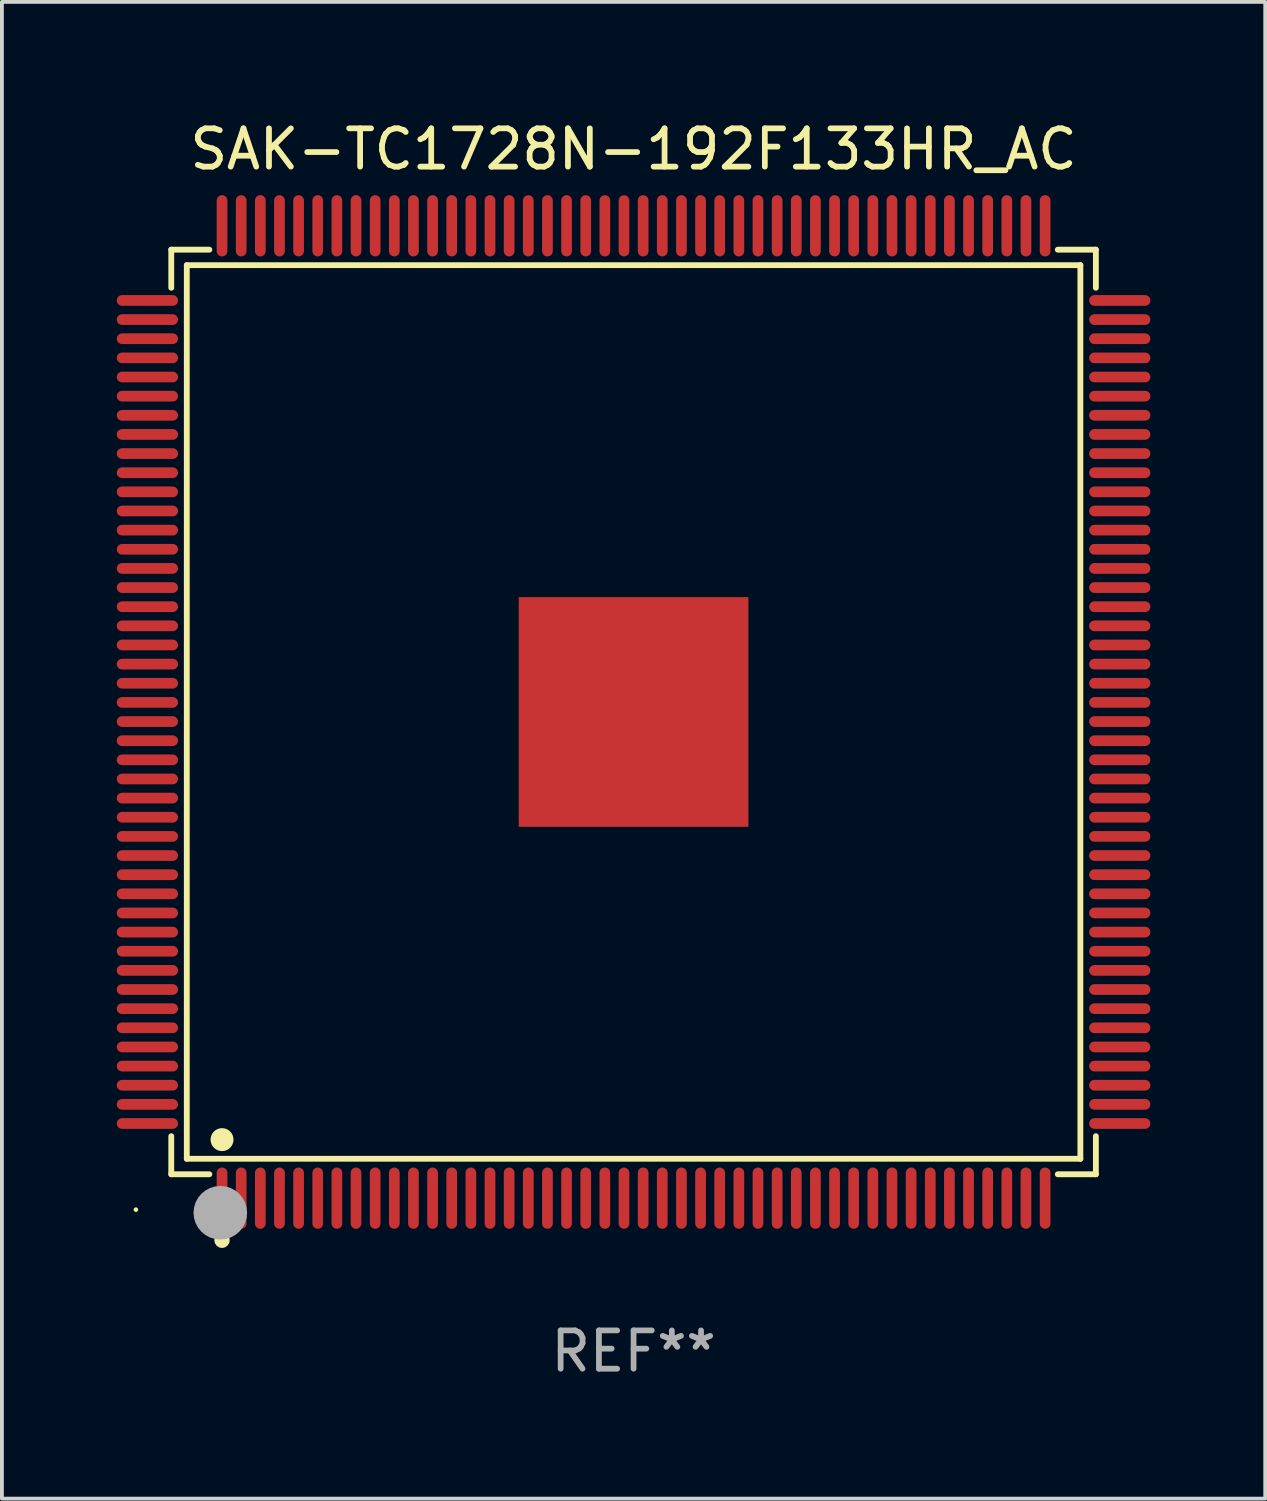
<source format=kicad_pcb>
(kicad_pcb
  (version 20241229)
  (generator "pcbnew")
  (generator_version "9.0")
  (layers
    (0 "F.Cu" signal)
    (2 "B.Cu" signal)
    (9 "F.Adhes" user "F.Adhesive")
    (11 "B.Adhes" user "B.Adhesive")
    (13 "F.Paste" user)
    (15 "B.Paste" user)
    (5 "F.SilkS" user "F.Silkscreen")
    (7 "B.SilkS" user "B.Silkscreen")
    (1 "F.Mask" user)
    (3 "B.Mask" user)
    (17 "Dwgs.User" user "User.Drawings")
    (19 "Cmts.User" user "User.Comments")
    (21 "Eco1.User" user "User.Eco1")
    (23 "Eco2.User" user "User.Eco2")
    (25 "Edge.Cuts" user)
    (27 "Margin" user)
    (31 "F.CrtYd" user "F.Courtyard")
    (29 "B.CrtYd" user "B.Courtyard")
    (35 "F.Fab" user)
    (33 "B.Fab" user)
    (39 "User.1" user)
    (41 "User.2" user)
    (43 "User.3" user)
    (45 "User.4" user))
  (footprint "SAK-TC1728N-192F133HR_AC"
    (layer "F.Cu")
    (at 13.5 15.548)
    (property "Reference" "SAK-TC1728N-192F133HR_AC" (at 0 -14.7 0) (layer "F.SilkS") (effects (font (size 1 1) (thickness 0.15))))
    (attr through_hole)
    (fp_line (start -12.076 -12.076) (end -11.081 -12.076) (stroke (width 0.152) (type solid)) (layer "F.SilkS"))
    (fp_line (start -12.076 -11.081) (end -12.076 -12.076) (stroke (width 0.152) (type solid)) (layer "F.SilkS"))
    (fp_line (start -12.076 11.081) (end -12.076 12.076) (stroke (width 0.152) (type solid)) (layer "F.SilkS"))
    (fp_line (start -12.076 12.076) (end -11.081 12.076) (stroke (width 0.152) (type solid)) (layer "F.SilkS"))
    (fp_line (start -11.671 -11.671) (end 11.671 -11.671) (stroke (width 0.152) (type solid)) (layer "F.SilkS"))
    (fp_line (start -11.671 11.671) (end -11.671 -11.671) (stroke (width 0.152) (type solid)) (layer "F.SilkS"))
    (fp_line (start 11.671 -11.671) (end 11.671 11.671) (stroke (width 0.152) (type solid)) (layer "F.SilkS"))
    (fp_line (start 11.671 11.671) (end -11.671 11.671) (stroke (width 0.152) (type solid)) (layer "F.SilkS"))
    (fp_line (start 12.076 -12.076) (end 11.081 -12.076) (stroke (width 0.152) (type solid)) (layer "F.SilkS"))
    (fp_line (start 12.076 -11.081) (end 12.076 -12.076) (stroke (width 0.152) (type solid)) (layer "F.SilkS"))
    (fp_line (start 12.076 11.081) (end 12.076 12.076) (stroke (width 0.152) (type solid)) (layer "F.SilkS"))
    (fp_line (start 12.076 12.076) (end 11.081 12.076) (stroke (width 0.152) (type solid)) (layer "F.SilkS"))
    (fp_circle (center -13 13) (end -12.97 13) (stroke (width 0.06) (type solid)) (fill no) (layer "F.SilkS"))
    (fp_circle (center -10.75 11.171) (end -10.6 11.171) (stroke (width 0.3) (type solid)) (fill no) (layer "F.SilkS"))
    (fp_circle (center -10.75 13.8) (end -10.65 13.8) (stroke (width 0.2) (type solid)) (fill no) (layer "F.SilkS"))
    (fp_circle (center -10.795 13.081) (end -10.445 13.081) (stroke (width 0.7) (type solid)) (fill no) (layer "F.Fab"))
    (fp_text user "REF**" (at 0 16.7 0) (layer "F.Fab") (effects (font (size 1 1) (thickness 0.15))))
    (pad "1" smd oval (at -10.75 12.7) (size 0.28 1.6) (layers "F.Cu" "F.Mask" "F.Paste"))
    (pad "2" smd oval (at -10.25 12.7) (size 0.28 1.6) (layers "F.Cu" "F.Mask" "F.Paste"))
    (pad "3" smd oval (at -9.75 12.7) (size 0.28 1.6) (layers "F.Cu" "F.Mask" "F.Paste"))
    (pad "4" smd oval (at -9.25 12.7) (size 0.28 1.6) (layers "F.Cu" "F.Mask" "F.Paste"))
    (pad "5" smd oval (at -8.75 12.7) (size 0.28 1.6) (layers "F.Cu" "F.Mask" "F.Paste"))
    (pad "6" smd oval (at -8.25 12.7) (size 0.28 1.6) (layers "F.Cu" "F.Mask" "F.Paste"))
    (pad "7" smd oval (at -7.75 12.7) (size 0.28 1.6) (layers "F.Cu" "F.Mask" "F.Paste"))
    (pad "8" smd oval (at -7.25 12.7) (size 0.28 1.6) (layers "F.Cu" "F.Mask" "F.Paste"))
    (pad "9" smd oval (at -6.75 12.7) (size 0.28 1.6) (layers "F.Cu" "F.Mask" "F.Paste"))
    (pad "10" smd oval (at -6.25 12.7) (size 0.28 1.6) (layers "F.Cu" "F.Mask" "F.Paste"))
    (pad "11" smd oval (at -5.75 12.7) (size 0.28 1.6) (layers "F.Cu" "F.Mask" "F.Paste"))
    (pad "12" smd oval (at -5.25 12.7) (size 0.28 1.6) (layers "F.Cu" "F.Mask" "F.Paste"))
    (pad "13" smd oval (at -4.75 12.7) (size 0.28 1.6) (layers "F.Cu" "F.Mask" "F.Paste"))
    (pad "14" smd oval (at -4.25 12.7) (size 0.28 1.6) (layers "F.Cu" "F.Mask" "F.Paste"))
    (pad "15" smd oval (at -3.75 12.7) (size 0.28 1.6) (layers "F.Cu" "F.Mask" "F.Paste"))
    (pad "16" smd oval (at -3.25 12.7) (size 0.28 1.6) (layers "F.Cu" "F.Mask" "F.Paste"))
    (pad "17" smd oval (at -2.75 12.7) (size 0.28 1.6) (layers "F.Cu" "F.Mask" "F.Paste"))
    (pad "18" smd oval (at -2.25 12.7) (size 0.28 1.6) (layers "F.Cu" "F.Mask" "F.Paste"))
    (pad "19" smd oval (at -1.75 12.7) (size 0.28 1.6) (layers "F.Cu" "F.Mask" "F.Paste"))
    (pad "20" smd oval (at -1.25 12.7) (size 0.28 1.6) (layers "F.Cu" "F.Mask" "F.Paste"))
    (pad "21" smd oval (at -0.75 12.7) (size 0.28 1.6) (layers "F.Cu" "F.Mask" "F.Paste"))
    (pad "22" smd oval (at -0.25 12.7) (size 0.28 1.6) (layers "F.Cu" "F.Mask" "F.Paste"))
    (pad "23" smd oval (at 0.25 12.7) (size 0.28 1.6) (layers "F.Cu" "F.Mask" "F.Paste"))
    (pad "24" smd oval (at 0.75 12.7) (size 0.28 1.6) (layers "F.Cu" "F.Mask" "F.Paste"))
    (pad "25" smd oval (at 1.25 12.7) (size 0.28 1.6) (layers "F.Cu" "F.Mask" "F.Paste"))
    (pad "26" smd oval (at 1.75 12.7) (size 0.28 1.6) (layers "F.Cu" "F.Mask" "F.Paste"))
    (pad "27" smd oval (at 2.25 12.7) (size 0.28 1.6) (layers "F.Cu" "F.Mask" "F.Paste"))
    (pad "28" smd oval (at 2.75 12.7) (size 0.28 1.6) (layers "F.Cu" "F.Mask" "F.Paste"))
    (pad "29" smd oval (at 3.25 12.7) (size 0.28 1.6) (layers "F.Cu" "F.Mask" "F.Paste"))
    (pad "30" smd oval (at 3.75 12.7) (size 0.28 1.6) (layers "F.Cu" "F.Mask" "F.Paste"))
    (pad "31" smd oval (at 4.25 12.7) (size 0.28 1.6) (layers "F.Cu" "F.Mask" "F.Paste"))
    (pad "32" smd oval (at 4.75 12.7) (size 0.28 1.6) (layers "F.Cu" "F.Mask" "F.Paste"))
    (pad "33" smd oval (at 5.25 12.7) (size 0.28 1.6) (layers "F.Cu" "F.Mask" "F.Paste"))
    (pad "34" smd oval (at 5.75 12.7) (size 0.28 1.6) (layers "F.Cu" "F.Mask" "F.Paste"))
    (pad "35" smd oval (at 6.25 12.7) (size 0.28 1.6) (layers "F.Cu" "F.Mask" "F.Paste"))
    (pad "36" smd oval (at 6.75 12.7) (size 0.28 1.6) (layers "F.Cu" "F.Mask" "F.Paste"))
    (pad "37" smd oval (at 7.25 12.7) (size 0.28 1.6) (layers "F.Cu" "F.Mask" "F.Paste"))
    (pad "38" smd oval (at 7.75 12.7) (size 0.28 1.6) (layers "F.Cu" "F.Mask" "F.Paste"))
    (pad "39" smd oval (at 8.25 12.7) (size 0.28 1.6) (layers "F.Cu" "F.Mask" "F.Paste"))
    (pad "40" smd oval (at 8.75 12.7) (size 0.28 1.6) (layers "F.Cu" "F.Mask" "F.Paste"))
    (pad "41" smd oval (at 9.25 12.7) (size 0.28 1.6) (layers "F.Cu" "F.Mask" "F.Paste"))
    (pad "42" smd oval (at 9.75 12.7) (size 0.28 1.6) (layers "F.Cu" "F.Mask" "F.Paste"))
    (pad "43" smd oval (at 10.25 12.7) (size 0.28 1.6) (layers "F.Cu" "F.Mask" "F.Paste"))
    (pad "44" smd oval (at 10.75 12.7) (size 0.28 1.6) (layers "F.Cu" "F.Mask" "F.Paste"))
    (pad "45" smd oval (at 12.7 10.75) (size 1.6 0.28) (layers "F.Cu" "F.Mask" "F.Paste"))
    (pad "46" smd oval (at 12.7 10.25) (size 1.6 0.28) (layers "F.Cu" "F.Mask" "F.Paste"))
    (pad "47" smd oval (at 12.7 9.75) (size 1.6 0.28) (layers "F.Cu" "F.Mask" "F.Paste"))
    (pad "48" smd oval (at 12.7 9.25) (size 1.6 0.28) (layers "F.Cu" "F.Mask" "F.Paste"))
    (pad "49" smd oval (at 12.7 8.75) (size 1.6 0.28) (layers "F.Cu" "F.Mask" "F.Paste"))
    (pad "50" smd oval (at 12.7 8.25) (size 1.6 0.28) (layers "F.Cu" "F.Mask" "F.Paste"))
    (pad "51" smd oval (at 12.7 7.75) (size 1.6 0.28) (layers "F.Cu" "F.Mask" "F.Paste"))
    (pad "52" smd oval (at 12.7 7.25) (size 1.6 0.28) (layers "F.Cu" "F.Mask" "F.Paste"))
    (pad "53" smd oval (at 12.7 6.75) (size 1.6 0.28) (layers "F.Cu" "F.Mask" "F.Paste"))
    (pad "54" smd oval (at 12.7 6.25) (size 1.6 0.28) (layers "F.Cu" "F.Mask" "F.Paste"))
    (pad "55" smd oval (at 12.7 5.75) (size 1.6 0.28) (layers "F.Cu" "F.Mask" "F.Paste"))
    (pad "56" smd oval (at 12.7 5.25) (size 1.6 0.28) (layers "F.Cu" "F.Mask" "F.Paste"))
    (pad "57" smd oval (at 12.7 4.75) (size 1.6 0.28) (layers "F.Cu" "F.Mask" "F.Paste"))
    (pad "58" smd oval (at 12.7 4.25) (size 1.6 0.28) (layers "F.Cu" "F.Mask" "F.Paste"))
    (pad "59" smd oval (at 12.7 3.75) (size 1.6 0.28) (layers "F.Cu" "F.Mask" "F.Paste"))
    (pad "60" smd oval (at 12.7 3.25) (size 1.6 0.28) (layers "F.Cu" "F.Mask" "F.Paste"))
    (pad "61" smd oval (at 12.7 2.75) (size 1.6 0.28) (layers "F.Cu" "F.Mask" "F.Paste"))
    (pad "62" smd oval (at 12.7 2.25) (size 1.6 0.28) (layers "F.Cu" "F.Mask" "F.Paste"))
    (pad "63" smd oval (at 12.7 1.75) (size 1.6 0.28) (layers "F.Cu" "F.Mask" "F.Paste"))
    (pad "64" smd oval (at 12.7 1.25) (size 1.6 0.28) (layers "F.Cu" "F.Mask" "F.Paste"))
    (pad "65" smd oval (at 12.7 0.75) (size 1.6 0.28) (layers "F.Cu" "F.Mask" "F.Paste"))
    (pad "66" smd oval (at 12.7 0.25) (size 1.6 0.28) (layers "F.Cu" "F.Mask" "F.Paste"))
    (pad "67" smd oval (at 12.7 -0.25) (size 1.6 0.28) (layers "F.Cu" "F.Mask" "F.Paste"))
    (pad "68" smd oval (at 12.7 -0.75) (size 1.6 0.28) (layers "F.Cu" "F.Mask" "F.Paste"))
    (pad "69" smd oval (at 12.7 -1.25) (size 1.6 0.28) (layers "F.Cu" "F.Mask" "F.Paste"))
    (pad "70" smd oval (at 12.7 -1.75) (size 1.6 0.28) (layers "F.Cu" "F.Mask" "F.Paste"))
    (pad "71" smd oval (at 12.7 -2.25) (size 1.6 0.28) (layers "F.Cu" "F.Mask" "F.Paste"))
    (pad "72" smd oval (at 12.7 -2.75) (size 1.6 0.28) (layers "F.Cu" "F.Mask" "F.Paste"))
    (pad "73" smd oval (at 12.7 -3.25) (size 1.6 0.28) (layers "F.Cu" "F.Mask" "F.Paste"))
    (pad "74" smd oval (at 12.7 -3.75) (size 1.6 0.28) (layers "F.Cu" "F.Mask" "F.Paste"))
    (pad "75" smd oval (at 12.7 -4.25) (size 1.6 0.28) (layers "F.Cu" "F.Mask" "F.Paste"))
    (pad "76" smd oval (at 12.7 -4.75) (size 1.6 0.28) (layers "F.Cu" "F.Mask" "F.Paste"))
    (pad "77" smd oval (at 12.7 -5.25) (size 1.6 0.28) (layers "F.Cu" "F.Mask" "F.Paste"))
    (pad "78" smd oval (at 12.7 -5.75) (size 1.6 0.28) (layers "F.Cu" "F.Mask" "F.Paste"))
    (pad "79" smd oval (at 12.7 -6.25) (size 1.6 0.28) (layers "F.Cu" "F.Mask" "F.Paste"))
    (pad "80" smd oval (at 12.7 -6.75) (size 1.6 0.28) (layers "F.Cu" "F.Mask" "F.Paste"))
    (pad "81" smd oval (at 12.7 -7.25) (size 1.6 0.28) (layers "F.Cu" "F.Mask" "F.Paste"))
    (pad "82" smd oval (at 12.7 -7.75) (size 1.6 0.28) (layers "F.Cu" "F.Mask" "F.Paste"))
    (pad "83" smd oval (at 12.7 -8.25) (size 1.6 0.28) (layers "F.Cu" "F.Mask" "F.Paste"))
    (pad "84" smd oval (at 12.7 -8.75) (size 1.6 0.28) (layers "F.Cu" "F.Mask" "F.Paste"))
    (pad "85" smd oval (at 12.7 -9.25) (size 1.6 0.28) (layers "F.Cu" "F.Mask" "F.Paste"))
    (pad "86" smd oval (at 12.7 -9.75) (size 1.6 0.28) (layers "F.Cu" "F.Mask" "F.Paste"))
    (pad "87" smd oval (at 12.7 -10.25) (size 1.6 0.28) (layers "F.Cu" "F.Mask" "F.Paste"))
    (pad "88" smd oval (at 12.7 -10.75) (size 1.6 0.28) (layers "F.Cu" "F.Mask" "F.Paste"))
    (pad "89" smd oval (at 10.75 -12.7) (size 0.28 1.6) (layers "F.Cu" "F.Mask" "F.Paste"))
    (pad "90" smd oval (at 10.25 -12.7) (size 0.28 1.6) (layers "F.Cu" "F.Mask" "F.Paste"))
    (pad "91" smd oval (at 9.75 -12.7) (size 0.28 1.6) (layers "F.Cu" "F.Mask" "F.Paste"))
    (pad "92" smd oval (at 9.25 -12.7) (size 0.28 1.6) (layers "F.Cu" "F.Mask" "F.Paste"))
    (pad "93" smd oval (at 8.75 -12.7) (size 0.28 1.6) (layers "F.Cu" "F.Mask" "F.Paste"))
    (pad "94" smd oval (at 8.25 -12.7) (size 0.28 1.6) (layers "F.Cu" "F.Mask" "F.Paste"))
    (pad "95" smd oval (at 7.75 -12.7) (size 0.28 1.6) (layers "F.Cu" "F.Mask" "F.Paste"))
    (pad "96" smd oval (at 7.25 -12.7) (size 0.28 1.6) (layers "F.Cu" "F.Mask" "F.Paste"))
    (pad "97" smd oval (at 6.75 -12.7) (size 0.28 1.6) (layers "F.Cu" "F.Mask" "F.Paste"))
    (pad "98" smd oval (at 6.25 -12.7) (size 0.28 1.6) (layers "F.Cu" "F.Mask" "F.Paste"))
    (pad "99" smd oval (at 5.75 -12.7) (size 0.28 1.6) (layers "F.Cu" "F.Mask" "F.Paste"))
    (pad "100" smd oval (at 5.25 -12.7) (size 0.28 1.6) (layers "F.Cu" "F.Mask" "F.Paste"))
    (pad "101" smd oval (at 4.75 -12.7) (size 0.28 1.6) (layers "F.Cu" "F.Mask" "F.Paste"))
    (pad "102" smd oval (at 4.25 -12.7) (size 0.28 1.6) (layers "F.Cu" "F.Mask" "F.Paste"))
    (pad "103" smd oval (at 3.75 -12.7) (size 0.28 1.6) (layers "F.Cu" "F.Mask" "F.Paste"))
    (pad "104" smd oval (at 3.25 -12.7) (size 0.28 1.6) (layers "F.Cu" "F.Mask" "F.Paste"))
    (pad "105" smd oval (at 2.75 -12.7) (size 0.28 1.6) (layers "F.Cu" "F.Mask" "F.Paste"))
    (pad "106" smd oval (at 2.25 -12.7) (size 0.28 1.6) (layers "F.Cu" "F.Mask" "F.Paste"))
    (pad "107" smd oval (at 1.75 -12.7) (size 0.28 1.6) (layers "F.Cu" "F.Mask" "F.Paste"))
    (pad "108" smd oval (at 1.25 -12.7) (size 0.28 1.6) (layers "F.Cu" "F.Mask" "F.Paste"))
    (pad "109" smd oval (at 0.75 -12.7) (size 0.28 1.6) (layers "F.Cu" "F.Mask" "F.Paste"))
    (pad "110" smd oval (at 0.25 -12.7) (size 0.28 1.6) (layers "F.Cu" "F.Mask" "F.Paste"))
    (pad "111" smd oval (at -0.25 -12.7) (size 0.28 1.6) (layers "F.Cu" "F.Mask" "F.Paste"))
    (pad "112" smd oval (at -0.75 -12.7) (size 0.28 1.6) (layers "F.Cu" "F.Mask" "F.Paste"))
    (pad "113" smd oval (at -1.25 -12.7) (size 0.28 1.6) (layers "F.Cu" "F.Mask" "F.Paste"))
    (pad "114" smd oval (at -1.75 -12.7) (size 0.28 1.6) (layers "F.Cu" "F.Mask" "F.Paste"))
    (pad "115" smd oval (at -2.25 -12.7) (size 0.28 1.6) (layers "F.Cu" "F.Mask" "F.Paste"))
    (pad "116" smd oval (at -2.75 -12.7) (size 0.28 1.6) (layers "F.Cu" "F.Mask" "F.Paste"))
    (pad "117" smd oval (at -3.25 -12.7) (size 0.28 1.6) (layers "F.Cu" "F.Mask" "F.Paste"))
    (pad "118" smd oval (at -3.75 -12.7) (size 0.28 1.6) (layers "F.Cu" "F.Mask" "F.Paste"))
    (pad "119" smd oval (at -4.25 -12.7) (size 0.28 1.6) (layers "F.Cu" "F.Mask" "F.Paste"))
    (pad "120" smd oval (at -4.75 -12.7) (size 0.28 1.6) (layers "F.Cu" "F.Mask" "F.Paste"))
    (pad "121" smd oval (at -5.25 -12.7) (size 0.28 1.6) (layers "F.Cu" "F.Mask" "F.Paste"))
    (pad "122" smd oval (at -5.75 -12.7) (size 0.28 1.6) (layers "F.Cu" "F.Mask" "F.Paste"))
    (pad "123" smd oval (at -6.25 -12.7) (size 0.28 1.6) (layers "F.Cu" "F.Mask" "F.Paste"))
    (pad "124" smd oval (at -6.75 -12.7) (size 0.28 1.6) (layers "F.Cu" "F.Mask" "F.Paste"))
    (pad "125" smd oval (at -7.25 -12.7) (size 0.28 1.6) (layers "F.Cu" "F.Mask" "F.Paste"))
    (pad "126" smd oval (at -7.75 -12.7) (size 0.28 1.6) (layers "F.Cu" "F.Mask" "F.Paste"))
    (pad "127" smd oval (at -8.25 -12.7) (size 0.28 1.6) (layers "F.Cu" "F.Mask" "F.Paste"))
    (pad "128" smd oval (at -8.75 -12.7) (size 0.28 1.6) (layers "F.Cu" "F.Mask" "F.Paste"))
    (pad "129" smd oval (at -9.25 -12.7) (size 0.28 1.6) (layers "F.Cu" "F.Mask" "F.Paste"))
    (pad "130" smd oval (at -9.75 -12.7) (size 0.28 1.6) (layers "F.Cu" "F.Mask" "F.Paste"))
    (pad "131" smd oval (at -10.25 -12.7) (size 0.28 1.6) (layers "F.Cu" "F.Mask" "F.Paste"))
    (pad "132" smd oval (at -10.75 -12.7) (size 0.28 1.6) (layers "F.Cu" "F.Mask" "F.Paste"))
    (pad "133" smd oval (at -12.7 -10.75) (size 1.6 0.28) (layers "F.Cu" "F.Mask" "F.Paste"))
    (pad "134" smd oval (at -12.7 -10.25) (size 1.6 0.28) (layers "F.Cu" "F.Mask" "F.Paste"))
    (pad "135" smd oval (at -12.7 -9.75) (size 1.6 0.28) (layers "F.Cu" "F.Mask" "F.Paste"))
    (pad "136" smd oval (at -12.7 -9.25) (size 1.6 0.28) (layers "F.Cu" "F.Mask" "F.Paste"))
    (pad "137" smd oval (at -12.7 -8.75) (size 1.6 0.28) (layers "F.Cu" "F.Mask" "F.Paste"))
    (pad "138" smd oval (at -12.7 -8.25) (size 1.6 0.28) (layers "F.Cu" "F.Mask" "F.Paste"))
    (pad "139" smd oval (at -12.7 -7.75) (size 1.6 0.28) (layers "F.Cu" "F.Mask" "F.Paste"))
    (pad "140" smd oval (at -12.7 -7.25) (size 1.6 0.28) (layers "F.Cu" "F.Mask" "F.Paste"))
    (pad "141" smd oval (at -12.7 -6.75) (size 1.6 0.28) (layers "F.Cu" "F.Mask" "F.Paste"))
    (pad "142" smd oval (at -12.7 -6.25) (size 1.6 0.28) (layers "F.Cu" "F.Mask" "F.Paste"))
    (pad "143" smd oval (at -12.7 -5.75) (size 1.6 0.28) (layers "F.Cu" "F.Mask" "F.Paste"))
    (pad "144" smd oval (at -12.7 -5.25) (size 1.6 0.28) (layers "F.Cu" "F.Mask" "F.Paste"))
    (pad "145" smd oval (at -12.7 -4.75) (size 1.6 0.28) (layers "F.Cu" "F.Mask" "F.Paste"))
    (pad "146" smd oval (at -12.7 -4.25) (size 1.6 0.28) (layers "F.Cu" "F.Mask" "F.Paste"))
    (pad "147" smd oval (at -12.7 -3.75) (size 1.6 0.28) (layers "F.Cu" "F.Mask" "F.Paste"))
    (pad "148" smd oval (at -12.7 -3.25) (size 1.6 0.28) (layers "F.Cu" "F.Mask" "F.Paste"))
    (pad "149" smd oval (at -12.7 -2.75) (size 1.6 0.28) (layers "F.Cu" "F.Mask" "F.Paste"))
    (pad "150" smd oval (at -12.7 -2.25) (size 1.6 0.28) (layers "F.Cu" "F.Mask" "F.Paste"))
    (pad "151" smd oval (at -12.7 -1.75) (size 1.6 0.28) (layers "F.Cu" "F.Mask" "F.Paste"))
    (pad "152" smd oval (at -12.7 -1.25) (size 1.6 0.28) (layers "F.Cu" "F.Mask" "F.Paste"))
    (pad "153" smd oval (at -12.7 -0.75) (size 1.6 0.28) (layers "F.Cu" "F.Mask" "F.Paste"))
    (pad "154" smd oval (at -12.7 -0.25) (size 1.6 0.28) (layers "F.Cu" "F.Mask" "F.Paste"))
    (pad "155" smd oval (at -12.7 0.25) (size 1.6 0.28) (layers "F.Cu" "F.Mask" "F.Paste"))
    (pad "156" smd oval (at -12.7 0.75) (size 1.6 0.28) (layers "F.Cu" "F.Mask" "F.Paste"))
    (pad "157" smd oval (at -12.7 1.25) (size 1.6 0.28) (layers "F.Cu" "F.Mask" "F.Paste"))
    (pad "158" smd oval (at -12.7 1.75) (size 1.6 0.28) (layers "F.Cu" "F.Mask" "F.Paste"))
    (pad "159" smd oval (at -12.7 2.25) (size 1.6 0.28) (layers "F.Cu" "F.Mask" "F.Paste"))
    (pad "160" smd oval (at -12.7 2.75) (size 1.6 0.28) (layers "F.Cu" "F.Mask" "F.Paste"))
    (pad "161" smd oval (at -12.7 3.25) (size 1.6 0.28) (layers "F.Cu" "F.Mask" "F.Paste"))
    (pad "162" smd oval (at -12.7 3.75) (size 1.6 0.28) (layers "F.Cu" "F.Mask" "F.Paste"))
    (pad "163" smd oval (at -12.7 4.25) (size 1.6 0.28) (layers "F.Cu" "F.Mask" "F.Paste"))
    (pad "164" smd oval (at -12.7 4.75) (size 1.6 0.28) (layers "F.Cu" "F.Mask" "F.Paste"))
    (pad "165" smd oval (at -12.7 5.25) (size 1.6 0.28) (layers "F.Cu" "F.Mask" "F.Paste"))
    (pad "166" smd oval (at -12.7 5.75) (size 1.6 0.28) (layers "F.Cu" "F.Mask" "F.Paste"))
    (pad "167" smd oval (at -12.7 6.25) (size 1.6 0.28) (layers "F.Cu" "F.Mask" "F.Paste"))
    (pad "168" smd oval (at -12.7 6.75) (size 1.6 0.28) (layers "F.Cu" "F.Mask" "F.Paste"))
    (pad "169" smd oval (at -12.7 7.25) (size 1.6 0.28) (layers "F.Cu" "F.Mask" "F.Paste"))
    (pad "170" smd oval (at -12.7 7.75) (size 1.6 0.28) (layers "F.Cu" "F.Mask" "F.Paste"))
    (pad "171" smd oval (at -12.7 8.25) (size 1.6 0.28) (layers "F.Cu" "F.Mask" "F.Paste"))
    (pad "172" smd oval (at -12.7 8.75) (size 1.6 0.28) (layers "F.Cu" "F.Mask" "F.Paste"))
    (pad "173" smd oval (at -12.7 9.25) (size 1.6 0.28) (layers "F.Cu" "F.Mask" "F.Paste"))
    (pad "174" smd oval (at -12.7 9.75) (size 1.6 0.28) (layers "F.Cu" "F.Mask" "F.Paste"))
    (pad "175" smd oval (at -12.7 10.25) (size 1.6 0.28) (layers "F.Cu" "F.Mask" "F.Paste"))
    (pad "176" smd oval (at -12.7 10.75) (size 1.6 0.28) (layers "F.Cu" "F.Mask" "F.Paste"))
    (pad "177" smd rect (at 0 0) (size 6 6) (layers "F.Cu" "F.Mask" "F.Paste")))
  (gr_rect
    (start -3 -3)
    (end 30 36.097)
    (stroke (width 0.1) (type default))
    (fill no)
    (layer "Edge.Cuts")))
</source>
